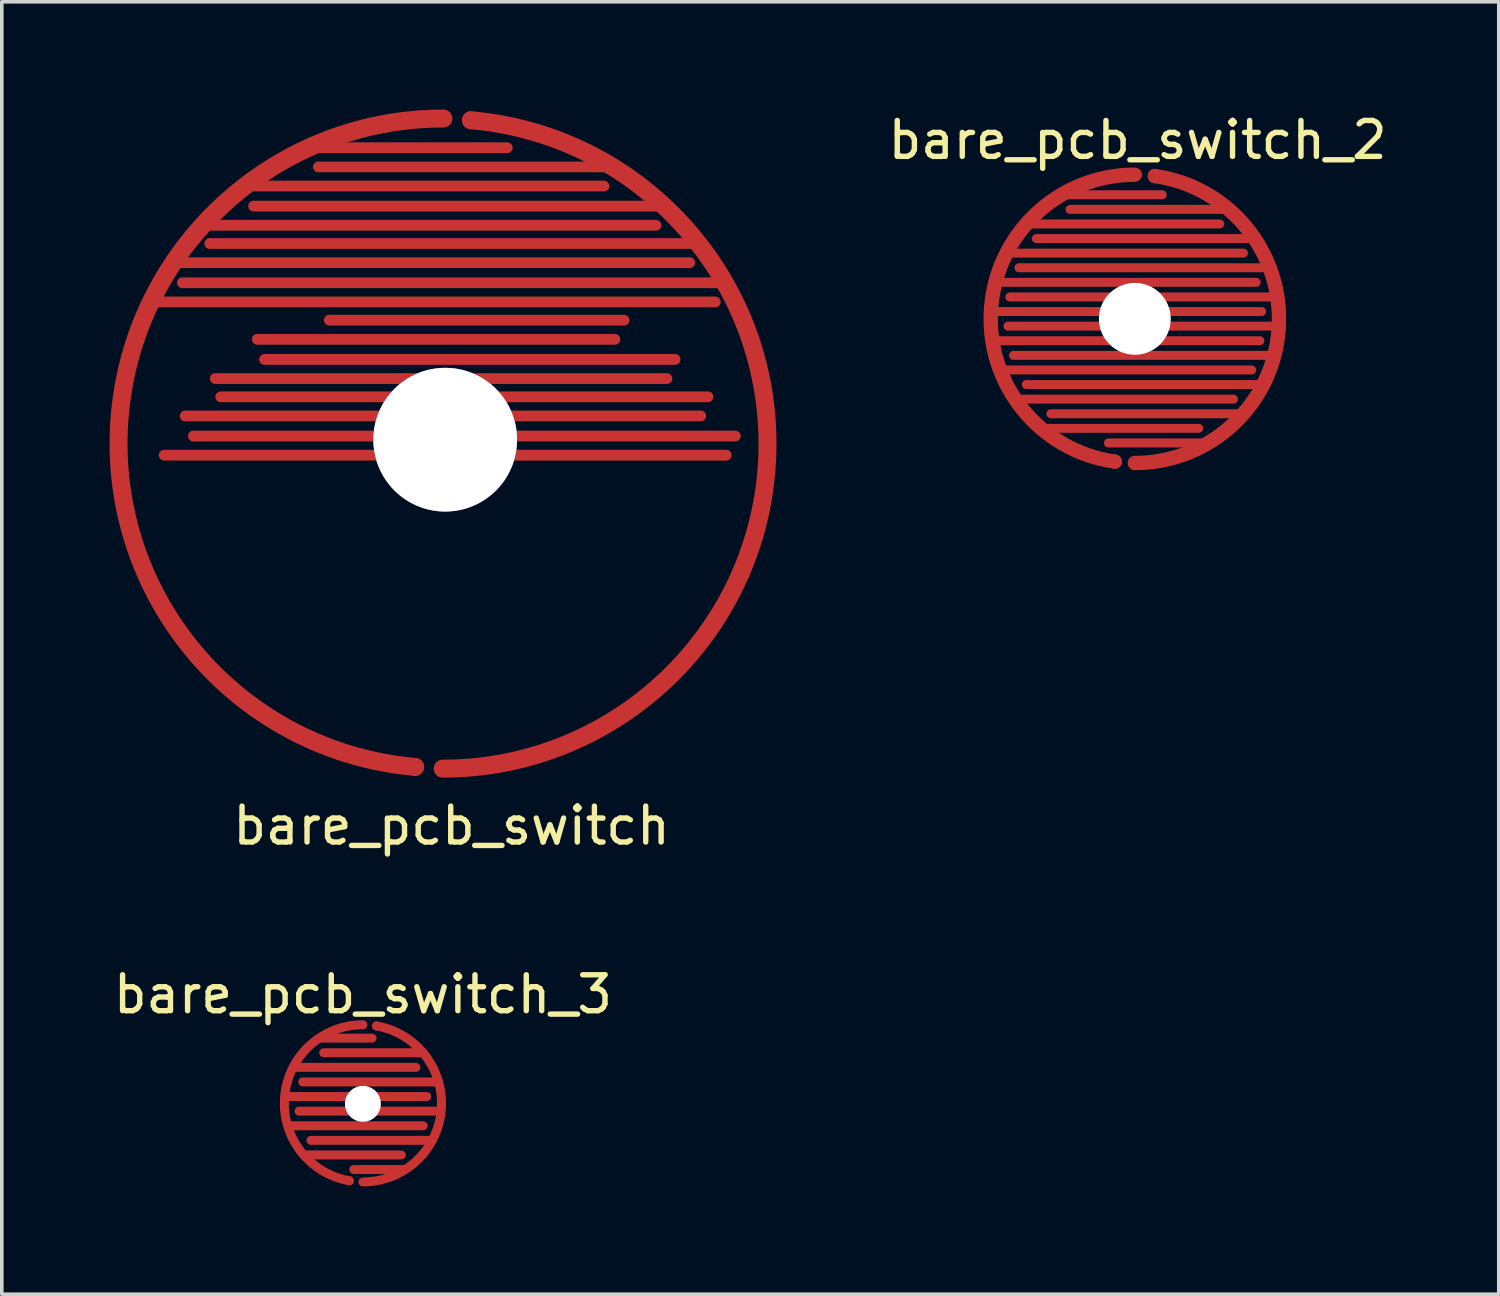
<source format=kicad_pcb>
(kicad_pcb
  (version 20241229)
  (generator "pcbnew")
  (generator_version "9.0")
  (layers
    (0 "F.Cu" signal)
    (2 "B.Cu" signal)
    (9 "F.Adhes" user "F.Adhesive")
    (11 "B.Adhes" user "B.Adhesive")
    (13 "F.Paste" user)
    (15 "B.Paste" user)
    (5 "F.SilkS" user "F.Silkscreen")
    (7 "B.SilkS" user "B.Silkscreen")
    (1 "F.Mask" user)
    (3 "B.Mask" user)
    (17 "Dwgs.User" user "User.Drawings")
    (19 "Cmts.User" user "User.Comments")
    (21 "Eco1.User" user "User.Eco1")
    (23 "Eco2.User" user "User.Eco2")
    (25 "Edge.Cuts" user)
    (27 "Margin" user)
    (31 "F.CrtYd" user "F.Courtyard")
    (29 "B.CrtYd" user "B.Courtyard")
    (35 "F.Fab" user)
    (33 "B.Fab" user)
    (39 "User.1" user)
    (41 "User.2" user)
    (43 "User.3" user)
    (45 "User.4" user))
  (footprint "bare_pcb_switch_3"
    (layer "F.Cu")
    (at 7.155 25.571)
    (property "Reference" "bare_pcb_switch_3" (at -0.102 -0.94 0) (layer "F.SilkS") (effects (font (size 1 1) (thickness 0.15))))
    (attr through_hole)
    (fp_line (start -2.261 1.905) (end 1.676 1.905) (stroke (width 0.25) (type solid)) (layer "F.Cu"))
    (fp_line (start -2.159 2.718) (end 1.575 2.718) (stroke (width 0.25) (type solid)) (layer "F.Cu"))
    (fp_line (start -2.007 1.092) (end 1.372 1.092) (stroke (width 0.25) (type solid)) (layer "F.Cu"))
    (fp_line (start -1.88 2.311) (end 2.032 2.311) (stroke (width 0.25) (type solid)) (layer "F.Cu"))
    (fp_line (start -1.778 1.499) (end 1.981 1.499) (stroke (width 0.25) (type solid)) (layer "F.Cu"))
    (fp_line (start -1.676 3.531) (end 0.965 3.531) (stroke (width 0.25) (type solid)) (layer "F.Cu"))
    (fp_line (start -1.549 3.124) (end 1.803 3.124) (stroke (width 0.25) (type solid)) (layer "F.Cu"))
    (fp_line (start -1.295 0.279) (end 0.152 0.279) (stroke (width 0.25) (type solid)) (layer "F.Cu"))
    (fp_line (start -1.194 0.686) (end 1.549 0.686) (stroke (width 0.25) (type solid)) (layer "F.Cu"))
    (fp_line (start -0.356 3.937) (end 1.041 3.937) (stroke (width 0.25) (type solid)) (layer "F.Cu"))
    (fp_arc (start -0.481504 4.248895) (mid -2.281053 1.903676) (end -0.1016 -0.093424) (stroke (width 0.25) (type solid)) (layer "F.Cu"))
    (fp_arc (start 0.278304 -0.060187) (mid 2.077853 2.285032) (end -0.1016 4.282132) (stroke (width 0.25) (type solid)) (layer "F.Cu"))
    (fp_line (start -2.235 1.905) (end 1.676 1.905) (stroke (width 0.25) (type solid)) (layer "F.Mask"))
    (fp_line (start -2.159 2.718) (end 1.575 2.718) (stroke (width 0.25) (type solid)) (layer "F.Mask"))
    (fp_line (start -2.007 1.092) (end 1.372 1.092) (stroke (width 0.25) (type solid)) (layer "F.Mask"))
    (fp_line (start -1.88 2.311) (end 2.032 2.311) (stroke (width 0.25) (type solid)) (layer "F.Mask"))
    (fp_line (start -1.778 1.499) (end 1.981 1.499) (stroke (width 0.25) (type solid)) (layer "F.Mask"))
    (fp_line (start -1.702 3.531) (end 0.965 3.531) (stroke (width 0.25) (type solid)) (layer "F.Mask"))
    (fp_line (start -1.549 3.124) (end 1.778 3.124) (stroke (width 0.25) (type solid)) (layer "F.Mask"))
    (fp_line (start -1.295 0.279) (end 0.152 0.279) (stroke (width 0.25) (type solid)) (layer "F.Mask"))
    (fp_line (start -1.194 0.686) (end 1.524 0.686) (stroke (width 0.25) (type solid)) (layer "F.Mask"))
    (fp_line (start -0.356 3.937) (end 1.041 3.937) (stroke (width 0.25) (type solid)) (layer "F.Mask"))
    (fp_arc (start -0.481504 4.248895) (mid -2.281053 1.903676) (end -0.1016 -0.093424) (stroke (width 0.25) (type solid)) (layer "F.Mask"))
    (fp_arc (start 0.278304 -0.060187) (mid 2.077853 2.285032) (end -0.1016 4.282132) (stroke (width 0.25) (type solid)) (layer "F.Mask"))
    (pad "" np_thru_hole circle (at -0.102 2.108) (size 1 1) (drill 1) (layers "*.Cu" "*.Mask"))
    (pad "1" connect circle (at 0.278 -0.06) (size 0.25 0.25) (layers "F.Cu" "F.Mask"))
    (pad "2" connect circle (at -0.482 4.249) (size 0.25 0.25) (layers "F.Cu" "F.Mask")))
  (footprint "bare_pcb_switch"
    (layer "F.Cu")
    (at 9.242 9.419)
    (property "Reference" "bare_pcb_switch" (at 0.279 10.516 0) (layer "F.SilkS") (effects (font (size 1 1) (thickness 0.15))))
    (attr through_hole)
    (fp_line (start -8.026 -4.064) (end 7.62 -4.064) (stroke (width 0.3) (type solid)) (layer "F.Cu"))
    (fp_line (start -7.722 0.203) (end 7.925 0.203) (stroke (width 0.3) (type solid)) (layer "F.Cu"))
    (fp_line (start -7.442 -5.156) (end 6.909 -5.156) (stroke (width 0.3) (type solid)) (layer "F.Cu"))
    (fp_line (start -7.214 -4.597) (end 7.874 -4.597) (stroke (width 0.3) (type solid)) (layer "F.Cu"))
    (fp_line (start -7.137 -0.889) (end 7.214 -0.889) (stroke (width 0.3) (type solid)) (layer "F.Cu"))
    (fp_line (start -6.909 -0.33) (end 8.179 -0.33) (stroke (width 0.3) (type solid)) (layer "F.Cu"))
    (fp_line (start -6.604 -6.198) (end 5.969 -6.198) (stroke (width 0.3) (type solid)) (layer "F.Cu"))
    (fp_line (start -6.452 -5.69) (end 7.112 -5.69) (stroke (width 0.3) (type solid)) (layer "F.Cu"))
    (fp_line (start -6.299 -1.93) (end 6.274 -1.93) (stroke (width 0.3) (type solid)) (layer "F.Cu"))
    (fp_line (start -6.147 -1.422) (end 7.417 -1.422) (stroke (width 0.3) (type solid)) (layer "F.Cu"))
    (fp_line (start -5.436 -7.29) (end 4.521 -7.29) (stroke (width 0.3) (type solid)) (layer "F.Cu"))
    (fp_line (start -5.232 -6.731) (end 6.198 -6.731) (stroke (width 0.3) (type solid)) (layer "F.Cu"))
    (fp_line (start -5.131 -3.023) (end 4.826 -3.023) (stroke (width 0.3) (type solid)) (layer "F.Cu"))
    (fp_line (start -4.928 -2.464) (end 6.502 -2.464) (stroke (width 0.3) (type solid)) (layer "F.Cu"))
    (fp_line (start -3.658 -8.357) (end 1.829 -8.357) (stroke (width 0.3) (type solid)) (layer "F.Cu"))
    (fp_line (start -3.429 -7.823) (end 4.775 -7.823) (stroke (width 0.3) (type solid)) (layer "F.Cu"))
    (fp_line (start -3.124 -3.556) (end 5.08 -3.556) (stroke (width 0.3) (type solid)) (layer "F.Cu"))
    (fp_arc (start -0.737297 8.880991) (mid -8.982994 -0.521424) (end 0.0508 -9.1694) (stroke (width 0.5) (type solid)) (layer "F.Cu"))
    (fp_arc (start 0.819614 -9.121514) (mid 9.065311 0.280901) (end 0.031517 8.928877) (stroke (width 0.5) (type solid)) (layer "F.Cu"))
    (fp_arc (start 0.819614 -9.121514) (mid 9.065311 0.280901) (end 0.031517 8.928877) (stroke (width 0.5) (type solid)) (layer "F.Mask"))
    (pad "1" thru_hole circle (at 0.102 -0.229) (size 4 4) (drill 4) (layers "*.Cu" "*.Mask"))
    (pad "2" connect circle (at -0.737 8.881) (size 0.5 0.5) (layers "F.Cu" "F.Mask"))
    (pad "2" connect circle (at 0.82 -9.122) (size 0.5 0.5) (layers "F.Cu" "F.Mask")))
  (footprint "bare_pcb_switch_2"
    (layer "F.Cu")
    (at 28.644 3.718)
    (property "Reference" "bare_pcb_switch_2" (at -0.025 -2.87 0) (layer "F.SilkS") (effects (font (size 1 1) (thickness 0.15))))
    (attr through_hole)
    (fp_line (start -4.089 2.718) (end 3.378 2.718) (stroke (width 0.25) (type solid)) (layer "F.Cu"))
    (fp_line (start -4.064 1.905) (end 3.429 1.905) (stroke (width 0.25) (type solid)) (layer "F.Cu"))
    (fp_line (start -3.912 1.092) (end 3.277 1.092) (stroke (width 0.25) (type solid)) (layer "F.Cu"))
    (fp_line (start -3.81 3.531) (end 3.15 3.531) (stroke (width 0.25) (type solid)) (layer "F.Cu"))
    (fp_line (start -3.632 2.311) (end 3.912 2.311) (stroke (width 0.25) (type solid)) (layer "F.Cu"))
    (fp_line (start -3.581 1.499) (end 3.861 1.499) (stroke (width 0.25) (type solid)) (layer "F.Cu"))
    (fp_line (start -3.556 0.279) (end 2.921 0.279) (stroke (width 0.25) (type solid)) (layer "F.Cu"))
    (fp_line (start -3.48 3.124) (end 3.759 3.124) (stroke (width 0.25) (type solid)) (layer "F.Cu"))
    (fp_line (start -3.429 4.343) (end 2.642 4.343) (stroke (width 0.25) (type solid)) (layer "F.Cu"))
    (fp_line (start -3.327 0.686) (end 3.531 0.686) (stroke (width 0.25) (type solid)) (layer "F.Cu"))
    (fp_line (start -3.15 -0.533) (end 2.261 -0.533) (stroke (width 0.25) (type solid)) (layer "F.Cu"))
    (fp_line (start -3.124 3.937) (end 3.454 3.937) (stroke (width 0.25) (type solid)) (layer "F.Cu"))
    (fp_line (start -2.845 -0.127) (end 3.175 -0.127) (stroke (width 0.25) (type solid)) (layer "F.Cu"))
    (fp_line (start -2.692 5.156) (end 1.676 5.156) (stroke (width 0.25) (type solid)) (layer "F.Cu"))
    (fp_line (start -2.438 4.75) (end 2.921 4.75) (stroke (width 0.25) (type solid)) (layer "F.Cu"))
    (fp_line (start -2.21 -1.346) (end 0.66 -1.346) (stroke (width 0.25) (type solid)) (layer "F.Cu"))
    (fp_line (start -1.905 -0.94) (end 2.515 -0.94) (stroke (width 0.25) (type solid)) (layer "F.Cu"))
    (fp_line (start -0.838 5.563) (end 1.93 5.563) (stroke (width 0.25) (type solid)) (layer "F.Cu"))
    (fp_arc (start -0.660129 6.082344) (mid -4.105024 1.828254) (end -0.1016 -1.905) (stroke (width 0.4) (type solid)) (layer "F.Cu"))
    (fp_arc (start 0.456929 -1.865944) (mid 3.901824 2.388146) (end -0.1016 6.1214) (stroke (width 0.4) (type solid)) (layer "F.Cu"))
    (fp_line (start -4.064 1.905) (end 3.429 1.905) (stroke (width 0.25) (type solid)) (layer "F.Mask"))
    (fp_line (start -4.064 2.718) (end 3.378 2.718) (stroke (width 0.25) (type solid)) (layer "F.Mask"))
    (fp_line (start -3.886 1.092) (end 3.277 1.092) (stroke (width 0.25) (type solid)) (layer "F.Mask"))
    (fp_line (start -3.81 3.531) (end 3.15 3.531) (stroke (width 0.25) (type solid)) (layer "F.Mask"))
    (fp_line (start -3.632 2.311) (end 3.912 2.311) (stroke (width 0.25) (type solid)) (layer "F.Mask"))
    (fp_line (start -3.581 1.499) (end 3.861 1.499) (stroke (width 0.25) (type solid)) (layer "F.Mask"))
    (fp_line (start -3.556 0.279) (end 2.921 0.279) (stroke (width 0.25) (type solid)) (layer "F.Mask"))
    (fp_line (start -3.48 3.124) (end 3.759 3.124) (stroke (width 0.25) (type solid)) (layer "F.Mask"))
    (fp_line (start -3.429 4.343) (end 2.642 4.343) (stroke (width 0.25) (type solid)) (layer "F.Mask"))
    (fp_line (start -3.327 0.686) (end 3.531 0.686) (stroke (width 0.25) (type solid)) (layer "F.Mask"))
    (fp_line (start -3.124 -0.533) (end 2.261 -0.533) (stroke (width 0.25) (type solid)) (layer "F.Mask"))
    (fp_line (start -3.124 3.937) (end 3.48 3.937) (stroke (width 0.25) (type solid)) (layer "F.Mask"))
    (fp_line (start -2.845 -0.127) (end 3.175 -0.127) (stroke (width 0.25) (type solid)) (layer "F.Mask"))
    (fp_line (start -2.718 5.156) (end 1.676 5.156) (stroke (width 0.25) (type solid)) (layer "F.Mask"))
    (fp_line (start -2.438 4.75) (end 2.896 4.75) (stroke (width 0.25) (type solid)) (layer "F.Mask"))
    (fp_line (start -2.235 -1.346) (end 0.66 -1.346) (stroke (width 0.25) (type solid)) (layer "F.Mask"))
    (fp_line (start -1.905 -0.94) (end 2.489 -0.94) (stroke (width 0.25) (type solid)) (layer "F.Mask"))
    (fp_line (start -0.838 5.563) (end 1.93 5.563) (stroke (width 0.25) (type solid)) (layer "F.Mask"))
    (fp_arc (start -0.660129 6.082344) (mid -4.105024 1.828254) (end -0.1016 -1.905) (stroke (width 0.4) (type solid)) (layer "F.Mask"))
    (fp_arc (start 0.456929 -1.865944) (mid 3.901824 2.388146) (end -0.1016 6.1214) (stroke (width 0.4) (type solid)) (layer "F.Mask"))
    (pad "" np_thru_hole circle (at -0.102 2.108) (size 2 2) (drill 2) (layers "*.Cu" "*.Mask"))
    (pad "1" connect circle (at 0.457 -1.866) (size 0.4 0.4) (layers "F.Cu" "F.Mask"))
    (pad "2" connect circle (at -0.66 6.082) (size 0.4 0.4) (layers "F.Cu" "F.Mask")))
  (gr_rect
    (start -3 -3)
    (end 38.673 32.978)
    (stroke (width 0.1) (type default))
    (fill no)
    (layer "Edge.Cuts")))
</source>
